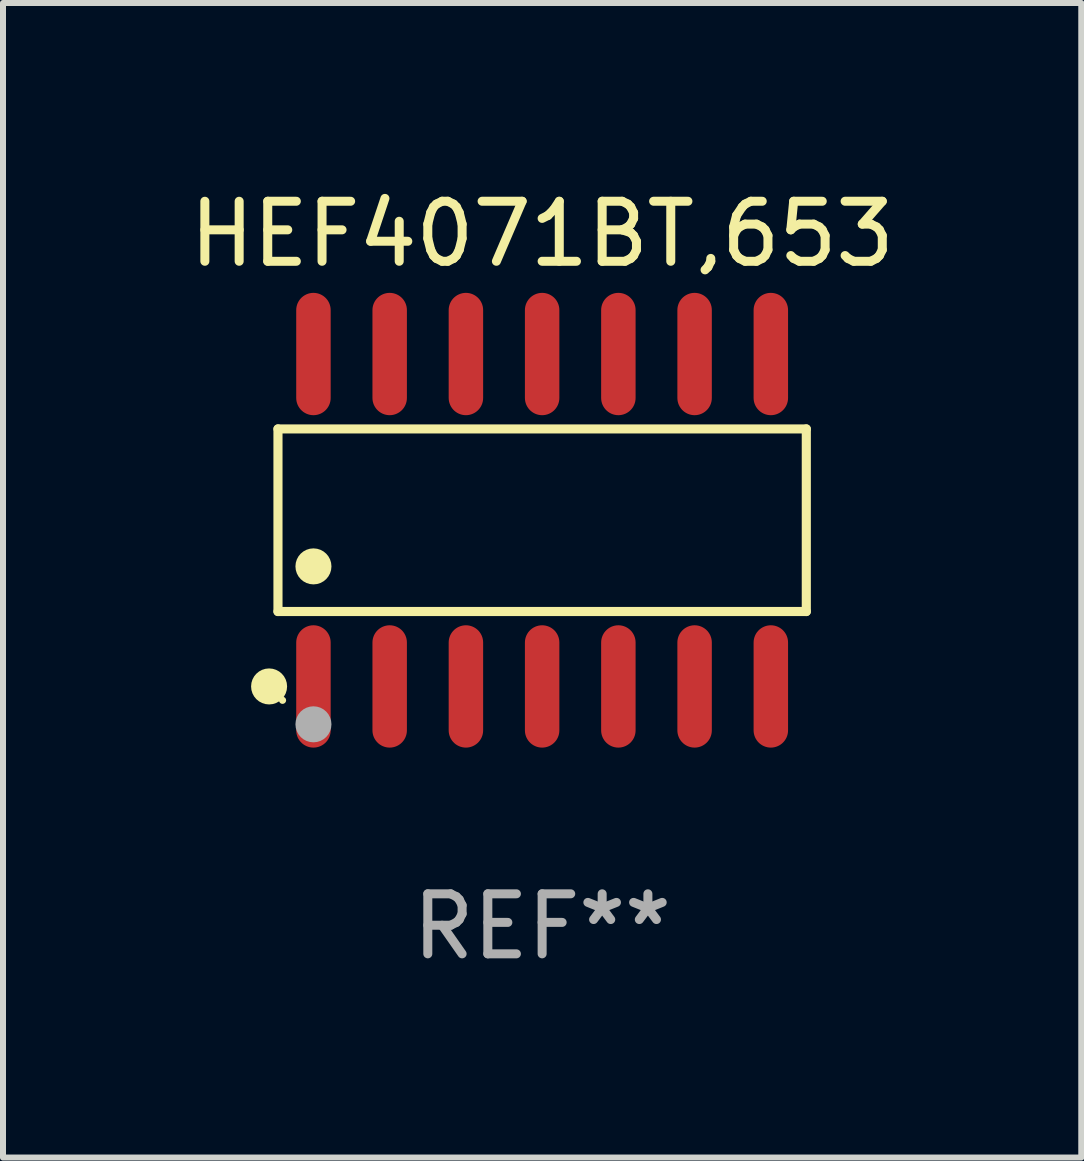
<source format=kicad_pcb>
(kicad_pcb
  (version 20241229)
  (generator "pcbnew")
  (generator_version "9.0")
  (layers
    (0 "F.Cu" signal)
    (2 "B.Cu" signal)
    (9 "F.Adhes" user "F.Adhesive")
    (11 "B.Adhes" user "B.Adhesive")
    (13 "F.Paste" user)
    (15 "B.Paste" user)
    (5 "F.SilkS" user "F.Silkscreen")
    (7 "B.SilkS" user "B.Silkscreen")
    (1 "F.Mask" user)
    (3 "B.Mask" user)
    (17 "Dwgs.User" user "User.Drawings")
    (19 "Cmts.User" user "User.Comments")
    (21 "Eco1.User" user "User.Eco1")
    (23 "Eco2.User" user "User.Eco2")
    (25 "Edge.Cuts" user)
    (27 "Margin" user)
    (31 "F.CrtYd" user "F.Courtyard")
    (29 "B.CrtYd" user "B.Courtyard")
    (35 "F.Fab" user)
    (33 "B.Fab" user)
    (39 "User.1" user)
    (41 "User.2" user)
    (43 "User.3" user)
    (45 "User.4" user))
  (footprint "HEF4071BT,653"
    (layer "F.Cu")
    (at 5.982 5.617)
    (property "Reference" "HEF4071BT,653" (at 0 -4.769 0) (layer "F.SilkS") (effects (font (size 1 1) (thickness 0.15))))
    (attr through_hole)
    (fp_line (start -4.401 -1.521) (end 4.401 -1.521) (stroke (width 0.152) (type solid)) (layer "F.SilkS"))
    (fp_line (start -4.401 1.521) (end -4.401 -1.521) (stroke (width 0.152) (type solid)) (layer "F.SilkS"))
    (fp_line (start 4.401 -1.521) (end 4.401 1.521) (stroke (width 0.152) (type solid)) (layer "F.SilkS"))
    (fp_line (start 4.401 1.521) (end -4.401 1.521) (stroke (width 0.152) (type solid)) (layer "F.SilkS"))
    (fp_circle (center -4.549 2.769) (end -4.399 2.769) (stroke (width 0.3) (type solid)) (fill no) (layer "F.SilkS"))
    (fp_circle (center -4.325 3) (end -4.295 3) (stroke (width 0.06) (type solid)) (fill no) (layer "F.SilkS"))
    (fp_circle (center -3.81 0.769) (end -3.66 0.769) (stroke (width 0.3) (type solid)) (fill no) (layer "F.SilkS"))
    (fp_circle (center -3.81 3.4) (end -3.66 3.4) (stroke (width 0.3) (type solid)) (fill no) (layer "F.Fab"))
    (fp_text user "REF**" (at 0 6.769 0) (layer "F.Fab") (effects (font (size 1 1) (thickness 0.15))))
    (pad "1" smd oval (at -3.81 2.769) (size 0.574 2.038) (layers "F.Cu" "F.Mask" "F.Paste"))
    (pad "2" smd oval (at -2.54 2.769) (size 0.574 2.038) (layers "F.Cu" "F.Mask" "F.Paste"))
    (pad "3" smd oval (at -1.27 2.769) (size 0.574 2.038) (layers "F.Cu" "F.Mask" "F.Paste"))
    (pad "4" smd oval (at 0 2.769) (size 0.574 2.038) (layers "F.Cu" "F.Mask" "F.Paste"))
    (pad "5" smd oval (at 1.27 2.769) (size 0.574 2.038) (layers "F.Cu" "F.Mask" "F.Paste"))
    (pad "6" smd oval (at 2.54 2.769) (size 0.574 2.038) (layers "F.Cu" "F.Mask" "F.Paste"))
    (pad "7" smd oval (at 3.81 2.769) (size 0.574 2.038) (layers "F.Cu" "F.Mask" "F.Paste"))
    (pad "8" smd oval (at 3.81 -2.769) (size 0.574 2.038) (layers "F.Cu" "F.Mask" "F.Paste"))
    (pad "9" smd oval (at 2.54 -2.769) (size 0.574 2.038) (layers "F.Cu" "F.Mask" "F.Paste"))
    (pad "10" smd oval (at 1.27 -2.769) (size 0.574 2.038) (layers "F.Cu" "F.Mask" "F.Paste"))
    (pad "11" smd oval (at 0 -2.769) (size 0.574 2.038) (layers "F.Cu" "F.Mask" "F.Paste"))
    (pad "12" smd oval (at -1.27 -2.769) (size 0.574 2.038) (layers "F.Cu" "F.Mask" "F.Paste"))
    (pad "13" smd oval (at -2.54 -2.769) (size 0.574 2.038) (layers "F.Cu" "F.Mask" "F.Paste"))
    (pad "14" smd oval (at -3.81 -2.769) (size 0.574 2.038) (layers "F.Cu" "F.Mask" "F.Paste")))
  (gr_rect
    (start -3 -3)
    (end 14.964 16.235)
    (stroke (width 0.1) (type default))
    (fill no)
    (layer "Edge.Cuts")))
</source>
